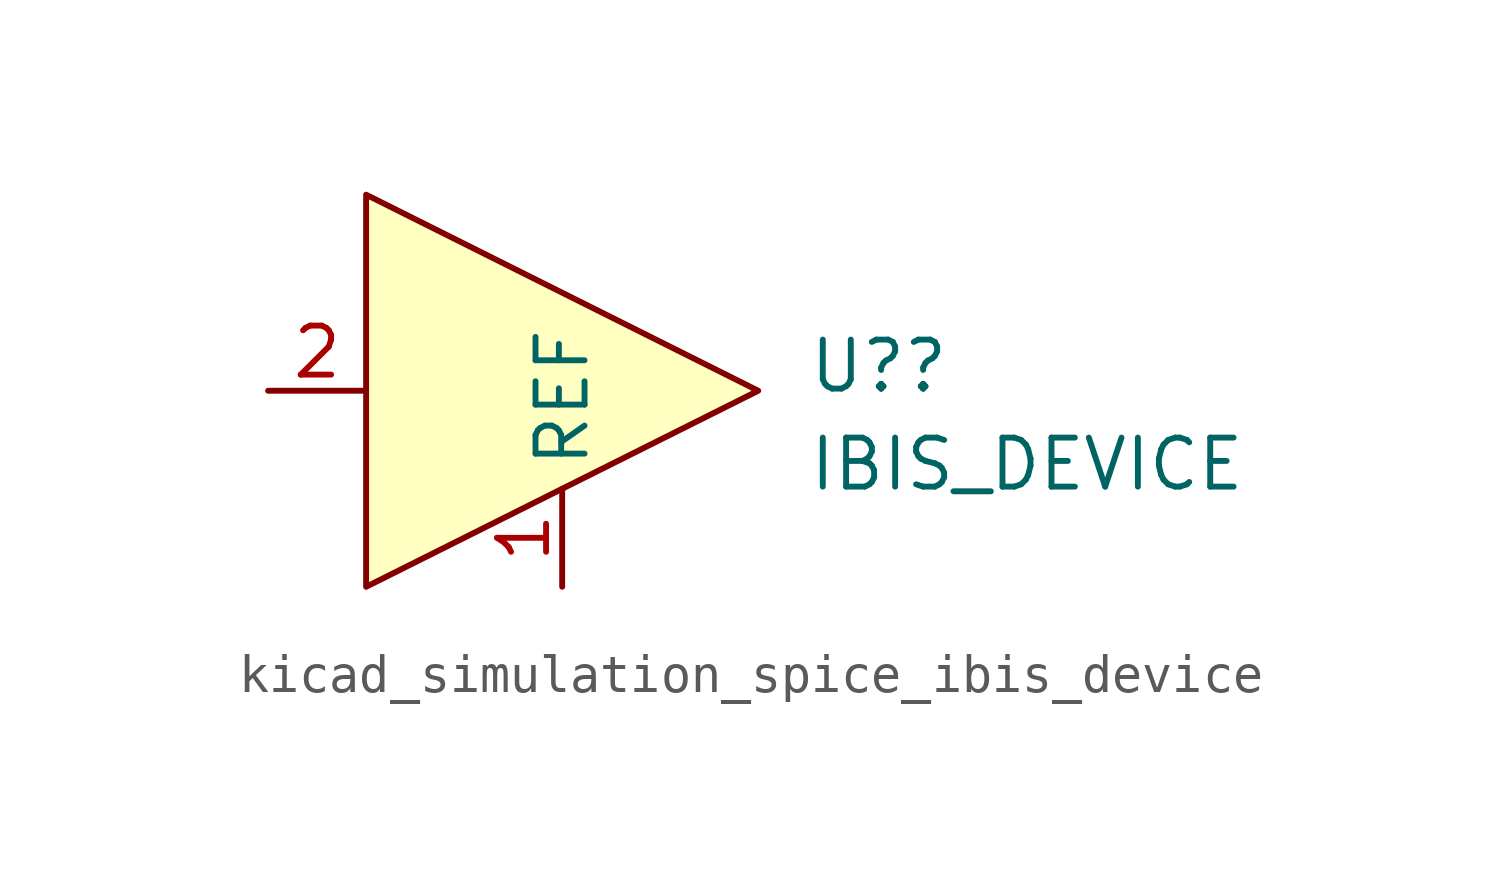
<source format=kicad_sym>
(kicad_symbol_lib
  (version 20220914)
  (generator kicad_symbol_editor)
  (symbol "kicad_simulation_spice_ibis_device"
    (property "Reference" "U?"
      (at 6.35 0.635 0)
      (effects (font (size 1.27 1.27)) (justify left)))
    (property "Value" "IBIS_DEVICE"
      (at 6.35 -1.905 0)
      (effects (font (size 1.27 1.27)) (justify left)))
    (symbol "kicad_simulation_spice_ibis_device_0_1"
      (polyline (pts (xy 5.08 0) (xy -5.08 5.08) (xy -5.08 -5.08) (xy 5.08 0)) (stroke (width 0) (type default)) (fill (type background))))
    (symbol "kicad_simulation_spice_ibis_device_1_1"
      (pin power_in line (at 0 -5.08 90) (length 2.54) (name "REF" (effects (font (size 1.27 1.27)))) (number "1" (effects (font (size 1.27 1.27)))))
      (pin input line (at -7.62 0 0) (length 2.54) (name "" (effects (font (size 1.27 1.27)))) (number "2" (effects (font (size 1.27 1.27))))))))
</source>
